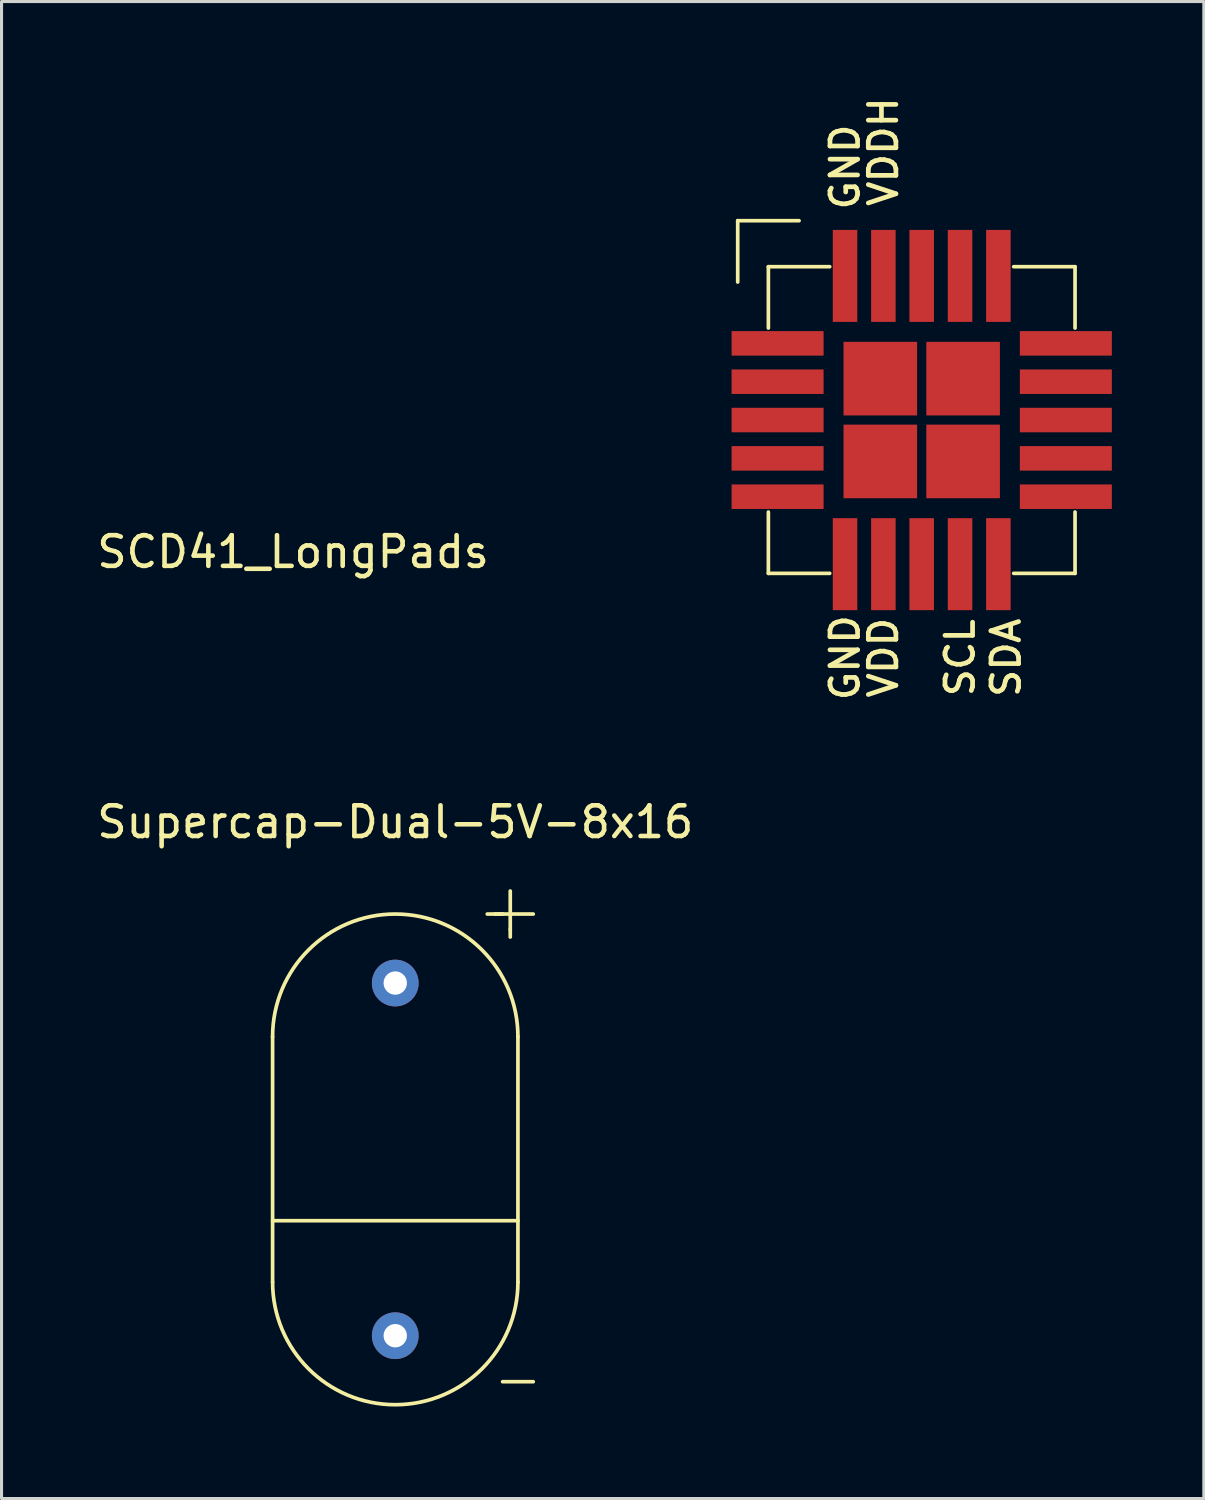
<source format=kicad_pcb>
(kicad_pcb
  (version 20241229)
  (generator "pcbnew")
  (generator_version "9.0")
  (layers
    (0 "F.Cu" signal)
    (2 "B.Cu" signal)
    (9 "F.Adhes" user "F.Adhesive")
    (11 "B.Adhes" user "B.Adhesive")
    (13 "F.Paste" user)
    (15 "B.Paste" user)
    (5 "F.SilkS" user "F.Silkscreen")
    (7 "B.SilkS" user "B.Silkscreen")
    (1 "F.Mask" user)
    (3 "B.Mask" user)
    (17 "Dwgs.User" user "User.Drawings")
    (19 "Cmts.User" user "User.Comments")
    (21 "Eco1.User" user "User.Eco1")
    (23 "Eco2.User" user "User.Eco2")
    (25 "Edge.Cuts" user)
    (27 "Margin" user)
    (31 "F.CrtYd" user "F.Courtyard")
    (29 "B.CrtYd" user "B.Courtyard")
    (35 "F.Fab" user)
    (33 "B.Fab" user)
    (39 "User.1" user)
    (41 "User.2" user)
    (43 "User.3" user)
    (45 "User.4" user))
  (footprint "SCD41_LongPads"
    (layer "F.Cu")
    (at 23.006 8.147)
    (property "Reference" "SCD41_LongPads" (at -16.5 6.8 0) (layer "F.SilkS") (effects (font (size 1 1) (thickness 0.15))))
    (attr through_hole)
    (fp_line (start -2 -4) (end -2 -2) (stroke (width 0.12) (type solid)) (layer "F.SilkS"))
    (fp_line (start -1 -2.5) (end -1 -0.5) (stroke (width 0.12) (type solid)) (layer "F.SilkS"))
    (fp_line (start -1 -2.5) (end 1 -2.5) (stroke (width 0.12) (type solid)) (layer "F.SilkS"))
    (fp_line (start -1 7.5) (end -1 5.5) (stroke (width 0.12) (type solid)) (layer "F.SilkS"))
    (fp_line (start -1 7.5) (end 1 7.5) (stroke (width 0.12) (type solid)) (layer "F.SilkS"))
    (fp_line (start 0 -4) (end -2 -4) (stroke (width 0.12) (type solid)) (layer "F.SilkS"))
    (fp_line (start 9 -2.5) (end 7 -2.5) (stroke (width 0.12) (type solid)) (layer "F.SilkS"))
    (fp_line (start 9 -2.5) (end 9 -0.5) (stroke (width 0.12) (type solid)) (layer "F.SilkS"))
    (fp_line (start 9 7.5) (end 7 7.5) (stroke (width 0.12) (type solid)) (layer "F.SilkS"))
    (fp_line (start 9 7.5) (end 9 5.5) (stroke (width 0.12) (type solid)) (layer "F.SilkS"))
    (fp_text user "SCL" (at 5.25 10.25 90) (layer "F.SilkS") (effects (font (size 0.9 0.9) (thickness 0.153))))
    (fp_text user "SDA" (at 6.75 10.25 90) (layer "F.SilkS") (effects (font (size 0.9 0.9) (thickness 0.153))))
    (fp_text user "GND" (at 1.5 -5.75 90) (layer "F.SilkS") (effects (font (size 0.9 0.9) (thickness 0.153))))
    (fp_text user "GND" (at 1.5 10.25 90) (layer "F.SilkS") (effects (font (size 0.9 0.9) (thickness 0.153))))
    (fp_text user "VDDH" (at 2.75 -6.25 90) (layer "F.SilkS") (effects (font (size 0.9 0.9) (thickness 0.153))))
    (fp_text user "VDD" (at 2.75 10.25 90) (layer "F.SilkS") (effects (font (size 0.9 0.9) (thickness 0.153))))
    (pad "1" smd rect (at -0.7 0) (size 3 0.8) (layers "F.Cu" "F.Mask" "F.Paste"))
    (pad "2" smd rect (at -0.7 1.25) (size 3 0.8) (layers "F.Cu" "F.Mask" "F.Paste"))
    (pad "3" smd rect (at -0.7 2.5) (size 3 0.8) (layers "F.Cu" "F.Mask" "F.Paste"))
    (pad "4" smd rect (at -0.7 3.75) (size 3 0.8) (layers "F.Cu" "F.Mask" "F.Paste"))
    (pad "5" smd rect (at -0.7 5) (size 3 0.8) (layers "F.Cu" "F.Mask" "F.Paste"))
    (pad "6" smd rect (at 1.5 7.2 90) (size 3 0.8) (layers "F.Cu" "F.Mask" "F.Paste"))
    (pad "7" smd rect (at 2.75 7.2 90) (size 3 0.8) (layers "F.Cu" "F.Mask" "F.Paste"))
    (pad "8" smd rect (at 4 7.2 90) (size 3 0.8) (layers "F.Cu" "F.Mask" "F.Paste"))
    (pad "9" smd rect (at 5.25 7.2 90) (size 3 0.8) (layers "F.Cu" "F.Mask" "F.Paste"))
    (pad "10" smd rect (at 6.5 7.2 90) (size 3 0.8) (layers "F.Cu" "F.Mask" "F.Paste"))
    (pad "11" smd rect (at 8.7 5) (size 3 0.8) (layers "F.Cu" "F.Mask" "F.Paste"))
    (pad "12" smd rect (at 8.7 3.75) (size 3 0.8) (layers "F.Cu" "F.Mask" "F.Paste"))
    (pad "13" smd rect (at 8.7 2.5) (size 3 0.8) (layers "F.Cu" "F.Mask" "F.Paste"))
    (pad "14" smd rect (at 8.7 1.25) (size 3 0.8) (layers "F.Cu" "F.Mask" "F.Paste"))
    (pad "15" smd rect (at 8.7 0) (size 3 0.8) (layers "F.Cu" "F.Mask" "F.Paste"))
    (pad "16" smd rect (at 6.5 -2.2 90) (size 3 0.8) (layers "F.Cu" "F.Mask" "F.Paste"))
    (pad "17" smd rect (at 5.25 -2.2 90) (size 3 0.8) (layers "F.Cu" "F.Mask" "F.Paste"))
    (pad "18" smd rect (at 4 -2.2 90) (size 3 0.8) (layers "F.Cu" "F.Mask" "F.Paste"))
    (pad "19" smd rect (at 2.75 -2.2 90) (size 3 0.8) (layers "F.Cu" "F.Mask" "F.Paste"))
    (pad "20" smd rect (at 1.5 -2.2 90) (size 3 0.8) (layers "F.Cu" "F.Mask" "F.Paste"))
    (pad "21" smd rect (at 2.65 1.15 90) (size 2.4 2.4) (layers "F.Cu" "F.Mask" "F.Paste"))
    (pad "21" smd rect (at 2.65 3.85 90) (size 2.4 2.4) (layers "F.Cu" "F.Mask" "F.Paste"))
    (pad "21" smd rect (at 5.35 1.15 90) (size 2.4 2.4) (layers "F.Cu" "F.Mask" "F.Paste"))
    (pad "21" smd rect (at 5.35 3.85 90) (size 2.4 2.4) (layers "F.Cu" "F.Mask" "F.Paste")))
  (footprint "Supercap-Dual-5V-8x16"
    (layer "F.Cu")
    (at 9.839 29.006)
    (property "Reference" "Supercap-Dual-5V-8x16" (at 0 -5.25 0) (layer "F.SilkS") (effects (font (size 1 1) (thickness 0.15))))
    (attr through_hole)
    (fp_line (start -4 9.75) (end -4 1.75) (stroke (width 0.12) (type solid)) (layer "F.SilkS"))
    (fp_line (start 3.25 -2.25) (end 4.5 -2.25) (stroke (width 0.12) (type solid)) (layer "F.SilkS"))
    (fp_line (start 3.5 -2.25) (end 3 -2.25) (stroke (width 0.12) (type solid)) (layer "F.SilkS"))
    (fp_line (start 3.5 13) (end 4.5 13) (stroke (width 0.12) (type solid)) (layer "F.SilkS"))
    (fp_line (start 3.75 -3) (end 3.75 -1.75) (stroke (width 0.12) (type solid)) (layer "F.SilkS"))
    (fp_line (start 3.75 -1.75) (end 3.75 -1.5) (stroke (width 0.12) (type solid)) (layer "F.SilkS"))
    (fp_line (start 4 1.75) (end 4 9.75) (stroke (width 0.12) (type solid)) (layer "F.SilkS"))
    (fp_line (start 4 7.75) (end -4 7.75) (stroke (width 0.12) (type solid)) (layer "F.SilkS"))
    (fp_arc (start -4 1.75) (mid 0 -2.25) (end 4 1.75) (stroke (width 0.12) (type solid)) (layer "F.SilkS"))
    (fp_arc (start 4 9.75) (mid 0 13.75) (end -4 9.75) (stroke (width 0.12) (type solid)) (layer "F.SilkS"))
    (pad "1" thru_hole circle (at 0 0) (size 1.524 1.524) (drill 0.762) (layers "*.Cu" "*.Mask"))
    (pad "2" thru_hole circle (at 0 11.5) (size 1.524 1.524) (drill 0.762) (layers "*.Cu" "*.Mask")))
  (gr_rect
    (start -3 -3)
    (end 36.206 45.816)
    (stroke (width 0.1) (type default))
    (fill no)
    (layer "Edge.Cuts")))
</source>
